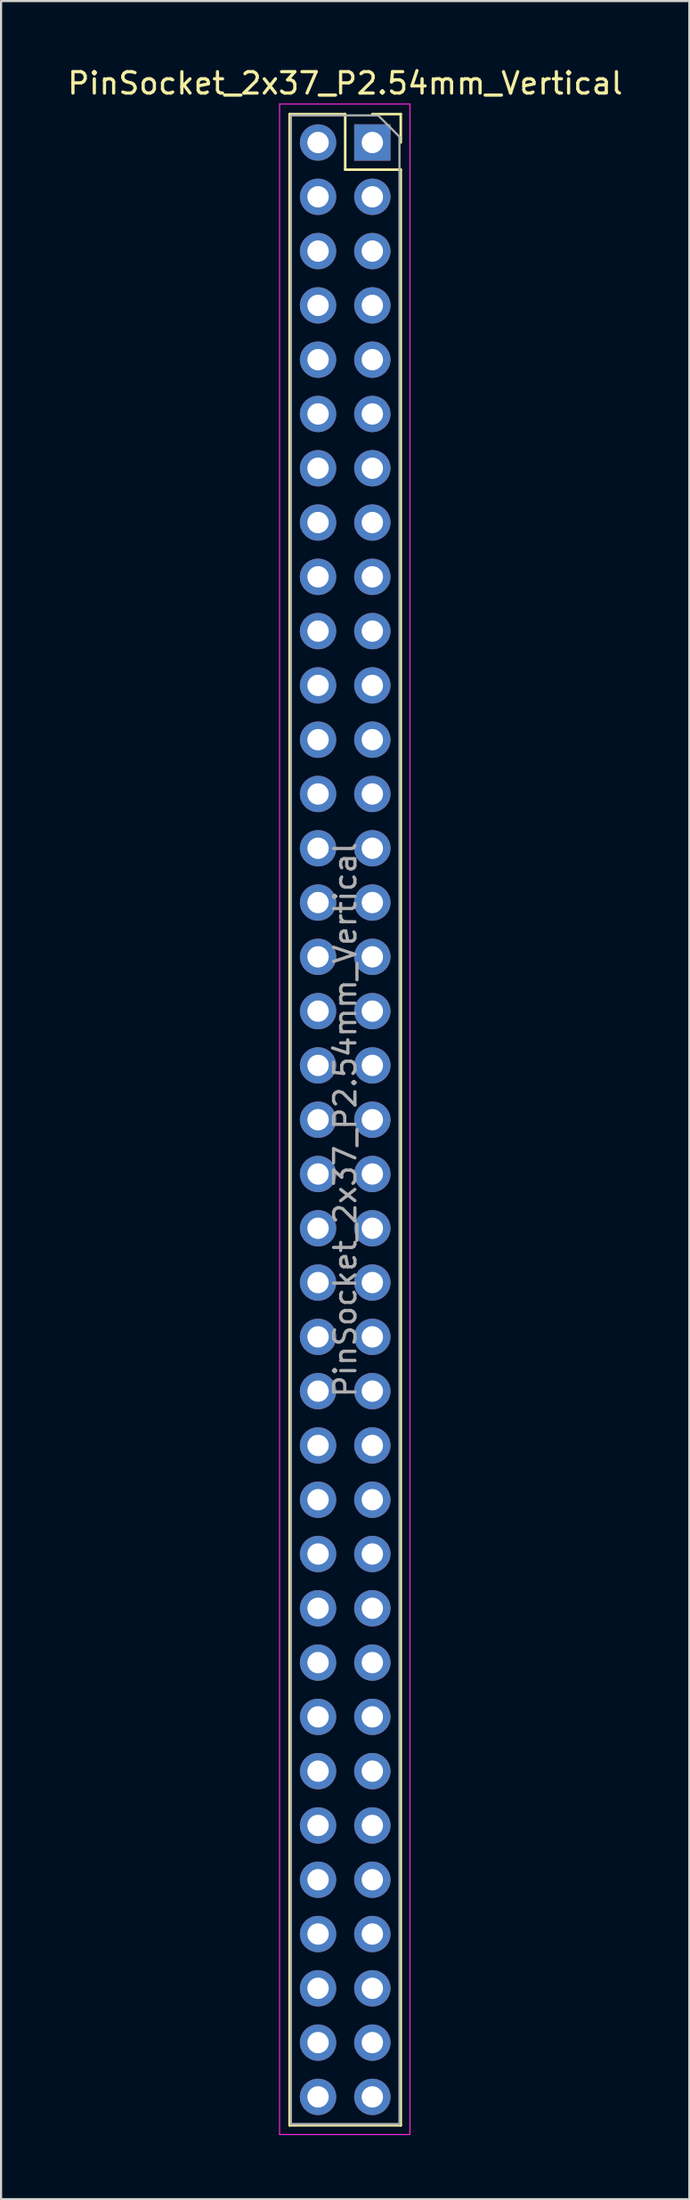
<source format=kicad_pcb>
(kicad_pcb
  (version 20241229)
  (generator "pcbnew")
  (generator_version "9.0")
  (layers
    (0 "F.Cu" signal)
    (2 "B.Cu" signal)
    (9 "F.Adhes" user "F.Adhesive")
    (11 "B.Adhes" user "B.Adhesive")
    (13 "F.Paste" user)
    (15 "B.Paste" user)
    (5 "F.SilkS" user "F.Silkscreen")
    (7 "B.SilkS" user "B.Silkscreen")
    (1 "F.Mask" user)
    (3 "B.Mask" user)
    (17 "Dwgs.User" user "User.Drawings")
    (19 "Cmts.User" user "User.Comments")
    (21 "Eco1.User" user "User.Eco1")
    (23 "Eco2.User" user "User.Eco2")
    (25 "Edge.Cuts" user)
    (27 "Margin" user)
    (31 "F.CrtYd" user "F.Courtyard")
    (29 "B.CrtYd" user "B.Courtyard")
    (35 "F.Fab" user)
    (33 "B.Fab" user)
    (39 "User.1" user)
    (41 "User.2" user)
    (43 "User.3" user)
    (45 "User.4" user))
  (footprint "PinSocket_2x37_P2.54mm_Vertical"
    (layer "F.Cu")
    (at 14.371 3.618)
    (property "Reference" "PinSocket_2x37_P2.54mm_Vertical" (at -1.27 -2.77 0) (layer "F.SilkS") (effects (font (size 1 1) (thickness 0.15))))
    (attr through_hole)
    (fp_line (start -3.87 -1.33) (end -3.87 92.77) (stroke (width 0.12) (type solid)) (layer "F.SilkS"))
    (fp_line (start -3.87 -1.33) (end -1.27 -1.33) (stroke (width 0.12) (type solid)) (layer "F.SilkS"))
    (fp_line (start -3.87 92.77) (end 1.33 92.77) (stroke (width 0.12) (type solid)) (layer "F.SilkS"))
    (fp_line (start -1.27 -1.33) (end -1.27 1.27) (stroke (width 0.12) (type solid)) (layer "F.SilkS"))
    (fp_line (start -1.27 1.27) (end 1.33 1.27) (stroke (width 0.12) (type solid)) (layer "F.SilkS"))
    (fp_line (start 0 -1.33) (end 1.33 -1.33) (stroke (width 0.12) (type solid)) (layer "F.SilkS"))
    (fp_line (start 1.33 -1.33) (end 1.33 0) (stroke (width 0.12) (type solid)) (layer "F.SilkS"))
    (fp_line (start 1.33 1.27) (end 1.33 92.77) (stroke (width 0.12) (type solid)) (layer "F.SilkS"))
    (fp_line (start -4.34 -1.8) (end 1.76 -1.8) (stroke (width 0.05) (type solid)) (layer "F.CrtYd"))
    (fp_line (start -4.34 93.2) (end -4.34 -1.8) (stroke (width 0.05) (type solid)) (layer "F.CrtYd"))
    (fp_line (start 1.76 -1.8) (end 1.76 93.2) (stroke (width 0.05) (type solid)) (layer "F.CrtYd"))
    (fp_line (start 1.76 93.2) (end -4.34 93.2) (stroke (width 0.05) (type solid)) (layer "F.CrtYd"))
    (fp_line (start -3.81 -1.27) (end 0.27 -1.27) (stroke (width 0.1) (type solid)) (layer "F.Fab"))
    (fp_line (start -3.81 92.71) (end -3.81 -1.27) (stroke (width 0.1) (type solid)) (layer "F.Fab"))
    (fp_line (start 0.27 -1.27) (end 1.27 -0.27) (stroke (width 0.1) (type solid)) (layer "F.Fab"))
    (fp_line (start 1.27 -0.27) (end 1.27 92.71) (stroke (width 0.1) (type solid)) (layer "F.Fab"))
    (fp_line (start 1.27 92.71) (end -3.81 92.71) (stroke (width 0.1) (type solid)) (layer "F.Fab"))
    (fp_text user "${REFERENCE}" (at -1.27 45.72 90) (layer "F.Fab") (effects (font (size 1 1) (thickness 0.15))))
    (pad "1" thru_hole rect (at 0 0) (size 1.7 1.7) (drill 1) (layers "*.Cu" "*.Mask"))
    (pad "2" thru_hole oval (at -2.54 0) (size 1.7 1.7) (drill 1) (layers "*.Cu" "*.Mask"))
    (pad "3" thru_hole oval (at 0 2.54) (size 1.7 1.7) (drill 1) (layers "*.Cu" "*.Mask"))
    (pad "4" thru_hole oval (at -2.54 2.54) (size 1.7 1.7) (drill 1) (layers "*.Cu" "*.Mask"))
    (pad "5" thru_hole oval (at 0 5.08) (size 1.7 1.7) (drill 1) (layers "*.Cu" "*.Mask"))
    (pad "6" thru_hole oval (at -2.54 5.08) (size 1.7 1.7) (drill 1) (layers "*.Cu" "*.Mask"))
    (pad "7" thru_hole oval (at 0 7.62) (size 1.7 1.7) (drill 1) (layers "*.Cu" "*.Mask"))
    (pad "8" thru_hole oval (at -2.54 7.62) (size 1.7 1.7) (drill 1) (layers "*.Cu" "*.Mask"))
    (pad "9" thru_hole oval (at 0 10.16) (size 1.7 1.7) (drill 1) (layers "*.Cu" "*.Mask"))
    (pad "10" thru_hole oval (at -2.54 10.16) (size 1.7 1.7) (drill 1) (layers "*.Cu" "*.Mask"))
    (pad "11" thru_hole oval (at 0 12.7) (size 1.7 1.7) (drill 1) (layers "*.Cu" "*.Mask"))
    (pad "12" thru_hole oval (at -2.54 12.7) (size 1.7 1.7) (drill 1) (layers "*.Cu" "*.Mask"))
    (pad "13" thru_hole oval (at 0 15.24) (size 1.7 1.7) (drill 1) (layers "*.Cu" "*.Mask"))
    (pad "14" thru_hole oval (at -2.54 15.24) (size 1.7 1.7) (drill 1) (layers "*.Cu" "*.Mask"))
    (pad "15" thru_hole oval (at 0 17.78) (size 1.7 1.7) (drill 1) (layers "*.Cu" "*.Mask"))
    (pad "16" thru_hole oval (at -2.54 17.78) (size 1.7 1.7) (drill 1) (layers "*.Cu" "*.Mask"))
    (pad "17" thru_hole oval (at 0 20.32) (size 1.7 1.7) (drill 1) (layers "*.Cu" "*.Mask"))
    (pad "18" thru_hole oval (at -2.54 20.32) (size 1.7 1.7) (drill 1) (layers "*.Cu" "*.Mask"))
    (pad "19" thru_hole oval (at 0 22.86) (size 1.7 1.7) (drill 1) (layers "*.Cu" "*.Mask"))
    (pad "20" thru_hole oval (at -2.54 22.86) (size 1.7 1.7) (drill 1) (layers "*.Cu" "*.Mask"))
    (pad "21" thru_hole oval (at 0 25.4) (size 1.7 1.7) (drill 1) (layers "*.Cu" "*.Mask"))
    (pad "22" thru_hole oval (at -2.54 25.4) (size 1.7 1.7) (drill 1) (layers "*.Cu" "*.Mask"))
    (pad "23" thru_hole oval (at 0 27.94) (size 1.7 1.7) (drill 1) (layers "*.Cu" "*.Mask"))
    (pad "24" thru_hole oval (at -2.54 27.94) (size 1.7 1.7) (drill 1) (layers "*.Cu" "*.Mask"))
    (pad "25" thru_hole oval (at 0 30.48) (size 1.7 1.7) (drill 1) (layers "*.Cu" "*.Mask"))
    (pad "26" thru_hole oval (at -2.54 30.48) (size 1.7 1.7) (drill 1) (layers "*.Cu" "*.Mask"))
    (pad "27" thru_hole oval (at 0 33.02) (size 1.7 1.7) (drill 1) (layers "*.Cu" "*.Mask"))
    (pad "28" thru_hole oval (at -2.54 33.02) (size 1.7 1.7) (drill 1) (layers "*.Cu" "*.Mask"))
    (pad "29" thru_hole oval (at 0 35.56) (size 1.7 1.7) (drill 1) (layers "*.Cu" "*.Mask"))
    (pad "30" thru_hole oval (at -2.54 35.56) (size 1.7 1.7) (drill 1) (layers "*.Cu" "*.Mask"))
    (pad "31" thru_hole oval (at 0 38.1) (size 1.7 1.7) (drill 1) (layers "*.Cu" "*.Mask"))
    (pad "32" thru_hole oval (at -2.54 38.1) (size 1.7 1.7) (drill 1) (layers "*.Cu" "*.Mask"))
    (pad "33" thru_hole oval (at 0 40.64) (size 1.7 1.7) (drill 1) (layers "*.Cu" "*.Mask"))
    (pad "34" thru_hole oval (at -2.54 40.64) (size 1.7 1.7) (drill 1) (layers "*.Cu" "*.Mask"))
    (pad "35" thru_hole oval (at 0 43.18) (size 1.7 1.7) (drill 1) (layers "*.Cu" "*.Mask"))
    (pad "36" thru_hole oval (at -2.54 43.18) (size 1.7 1.7) (drill 1) (layers "*.Cu" "*.Mask"))
    (pad "37" thru_hole oval (at 0 45.72) (size 1.7 1.7) (drill 1) (layers "*.Cu" "*.Mask"))
    (pad "38" thru_hole oval (at -2.54 45.72) (size 1.7 1.7) (drill 1) (layers "*.Cu" "*.Mask"))
    (pad "39" thru_hole oval (at 0 48.26) (size 1.7 1.7) (drill 1) (layers "*.Cu" "*.Mask"))
    (pad "40" thru_hole oval (at -2.54 48.26) (size 1.7 1.7) (drill 1) (layers "*.Cu" "*.Mask"))
    (pad "41" thru_hole oval (at 0 50.8) (size 1.7 1.7) (drill 1) (layers "*.Cu" "*.Mask"))
    (pad "42" thru_hole oval (at -2.54 50.8) (size 1.7 1.7) (drill 1) (layers "*.Cu" "*.Mask"))
    (pad "43" thru_hole oval (at 0 53.34) (size 1.7 1.7) (drill 1) (layers "*.Cu" "*.Mask"))
    (pad "44" thru_hole oval (at -2.54 53.34) (size 1.7 1.7) (drill 1) (layers "*.Cu" "*.Mask"))
    (pad "45" thru_hole oval (at 0 55.88) (size 1.7 1.7) (drill 1) (layers "*.Cu" "*.Mask"))
    (pad "46" thru_hole oval (at -2.54 55.88) (size 1.7 1.7) (drill 1) (layers "*.Cu" "*.Mask"))
    (pad "47" thru_hole oval (at 0 58.42) (size 1.7 1.7) (drill 1) (layers "*.Cu" "*.Mask"))
    (pad "48" thru_hole oval (at -2.54 58.42) (size 1.7 1.7) (drill 1) (layers "*.Cu" "*.Mask"))
    (pad "49" thru_hole oval (at 0 60.96) (size 1.7 1.7) (drill 1) (layers "*.Cu" "*.Mask"))
    (pad "50" thru_hole oval (at -2.54 60.96) (size 1.7 1.7) (drill 1) (layers "*.Cu" "*.Mask"))
    (pad "51" thru_hole oval (at 0 63.5) (size 1.7 1.7) (drill 1) (layers "*.Cu" "*.Mask"))
    (pad "52" thru_hole oval (at -2.54 63.5) (size 1.7 1.7) (drill 1) (layers "*.Cu" "*.Mask"))
    (pad "53" thru_hole oval (at 0 66.04) (size 1.7 1.7) (drill 1) (layers "*.Cu" "*.Mask"))
    (pad "54" thru_hole oval (at -2.54 66.04) (size 1.7 1.7) (drill 1) (layers "*.Cu" "*.Mask"))
    (pad "55" thru_hole oval (at 0 68.58) (size 1.7 1.7) (drill 1) (layers "*.Cu" "*.Mask"))
    (pad "56" thru_hole oval (at -2.54 68.58) (size 1.7 1.7) (drill 1) (layers "*.Cu" "*.Mask"))
    (pad "57" thru_hole oval (at 0 71.12) (size 1.7 1.7) (drill 1) (layers "*.Cu" "*.Mask"))
    (pad "58" thru_hole oval (at -2.54 71.12) (size 1.7 1.7) (drill 1) (layers "*.Cu" "*.Mask"))
    (pad "59" thru_hole oval (at 0 73.66) (size 1.7 1.7) (drill 1) (layers "*.Cu" "*.Mask"))
    (pad "60" thru_hole oval (at -2.54 73.66) (size 1.7 1.7) (drill 1) (layers "*.Cu" "*.Mask"))
    (pad "61" thru_hole oval (at 0 76.2) (size 1.7 1.7) (drill 1) (layers "*.Cu" "*.Mask"))
    (pad "62" thru_hole oval (at -2.54 76.2) (size 1.7 1.7) (drill 1) (layers "*.Cu" "*.Mask"))
    (pad "63" thru_hole oval (at 0 78.74) (size 1.7 1.7) (drill 1) (layers "*.Cu" "*.Mask"))
    (pad "64" thru_hole oval (at -2.54 78.74) (size 1.7 1.7) (drill 1) (layers "*.Cu" "*.Mask"))
    (pad "65" thru_hole oval (at 0 81.28) (size 1.7 1.7) (drill 1) (layers "*.Cu" "*.Mask"))
    (pad "66" thru_hole oval (at -2.54 81.28) (size 1.7 1.7) (drill 1) (layers "*.Cu" "*.Mask"))
    (pad "67" thru_hole oval (at 0 83.82) (size 1.7 1.7) (drill 1) (layers "*.Cu" "*.Mask"))
    (pad "68" thru_hole oval (at -2.54 83.82) (size 1.7 1.7) (drill 1) (layers "*.Cu" "*.Mask"))
    (pad "69" thru_hole oval (at 0 86.36) (size 1.7 1.7) (drill 1) (layers "*.Cu" "*.Mask"))
    (pad "70" thru_hole oval (at -2.54 86.36) (size 1.7 1.7) (drill 1) (layers "*.Cu" "*.Mask"))
    (pad "71" thru_hole oval (at 0 88.9) (size 1.7 1.7) (drill 1) (layers "*.Cu" "*.Mask"))
    (pad "72" thru_hole oval (at -2.54 88.9) (size 1.7 1.7) (drill 1) (layers "*.Cu" "*.Mask"))
    (pad "73" thru_hole oval (at 0 91.44) (size 1.7 1.7) (drill 1) (layers "*.Cu" "*.Mask"))
    (pad "74" thru_hole oval (at -2.54 91.44) (size 1.7 1.7) (drill 1) (layers "*.Cu" "*.Mask")))
  (gr_rect
    (start -3 -3)
    (end 29.202 99.843)
    (stroke (width 0.1) (type default))
    (fill no)
    (layer "Edge.Cuts")))
</source>
